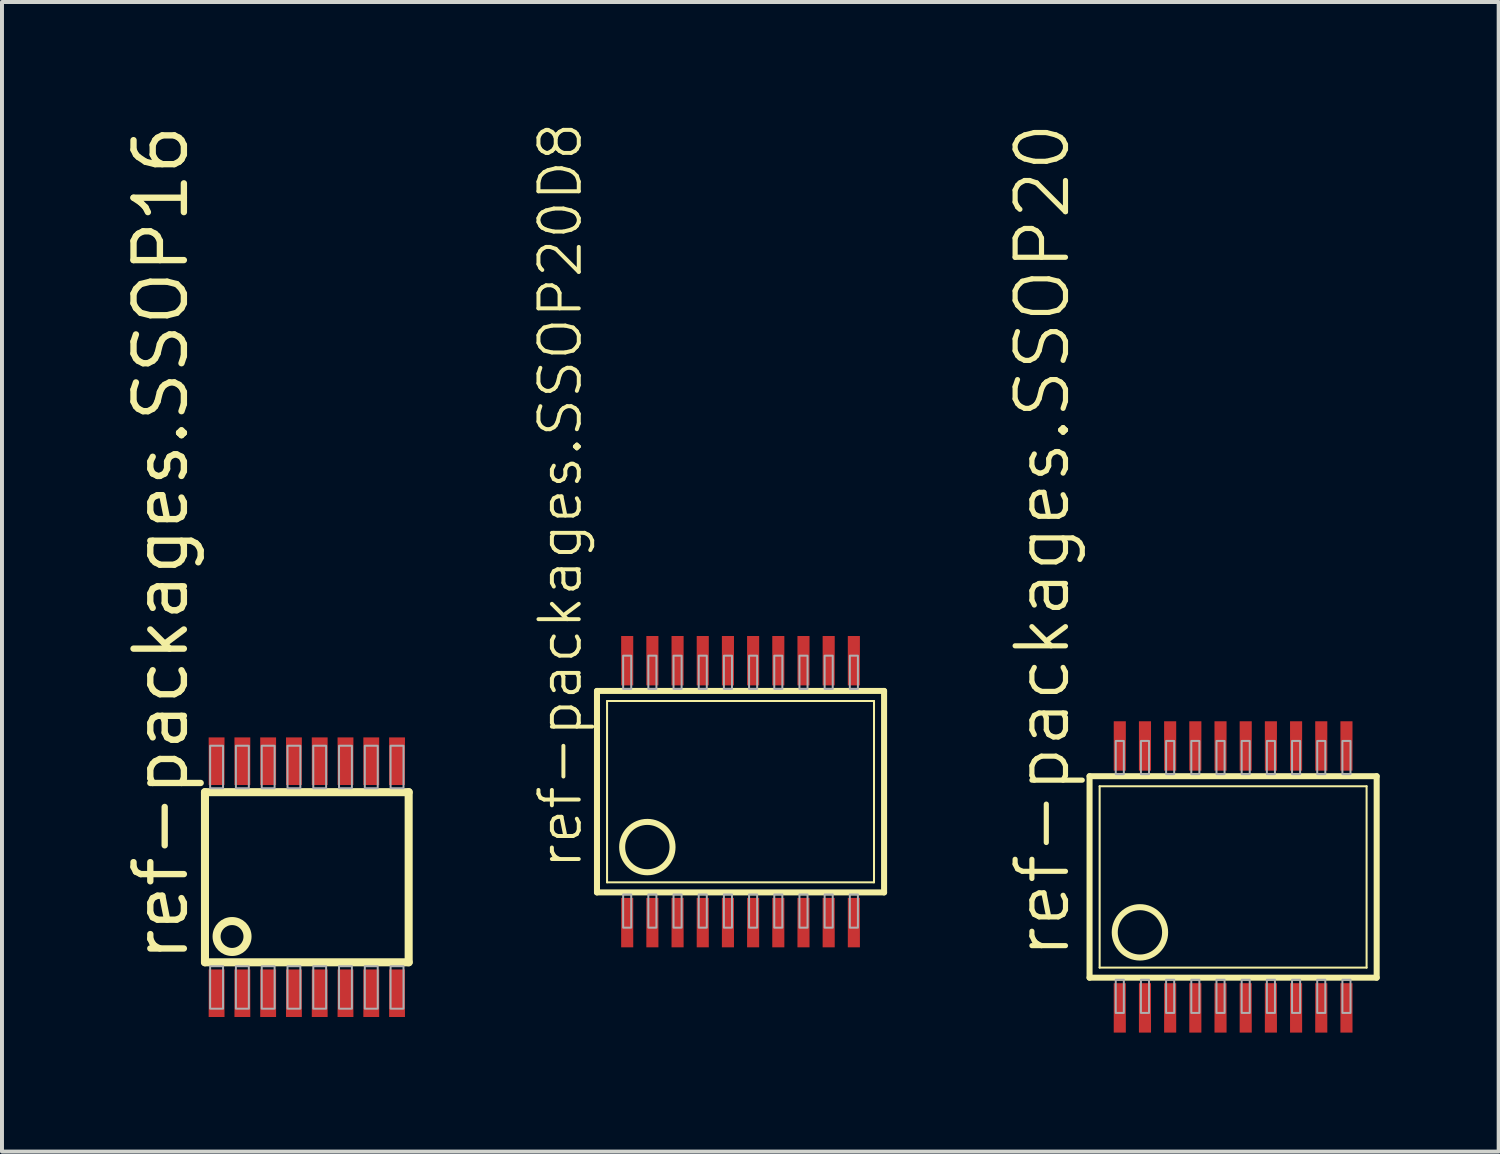
<source format=kicad_pcb>
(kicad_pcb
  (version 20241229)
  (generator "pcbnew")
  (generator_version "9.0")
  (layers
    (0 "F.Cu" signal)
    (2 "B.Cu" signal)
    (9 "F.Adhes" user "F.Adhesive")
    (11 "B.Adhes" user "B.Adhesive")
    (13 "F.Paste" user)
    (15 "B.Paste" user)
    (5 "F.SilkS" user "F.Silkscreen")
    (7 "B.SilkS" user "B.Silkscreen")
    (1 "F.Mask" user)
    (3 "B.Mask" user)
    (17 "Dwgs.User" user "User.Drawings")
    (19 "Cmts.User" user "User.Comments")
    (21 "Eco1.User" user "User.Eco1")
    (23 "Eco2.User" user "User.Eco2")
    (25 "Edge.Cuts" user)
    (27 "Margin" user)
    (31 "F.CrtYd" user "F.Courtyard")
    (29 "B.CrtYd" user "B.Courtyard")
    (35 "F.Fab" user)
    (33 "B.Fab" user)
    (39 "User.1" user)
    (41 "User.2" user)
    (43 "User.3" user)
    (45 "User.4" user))
  (footprint "ref-packages.SSOP20"
    (layer "F.Cu")
    (at 28.041 19.061)
    (property "Reference" "ref-packages.SSOP20" (at -4.064 2.12 90) (layer "F.SilkS") (effects (font (size 1.27 1.27) (thickness 0.13)) (justify left bottom)))
    (attr smd)
    (fp_line (start -3.619 2.54) (end -3.619 -2.54) (stroke (width 0.152) (type default)) (layer "F.SilkS"))
    (fp_line (start -3.619 2.54) (end 3.62 2.54) (stroke (width 0.152) (type default)) (layer "F.SilkS"))
    (fp_line (start -3.365 2.286) (end -3.365 -2.286) (stroke (width 0.051) (type default)) (layer "F.SilkS"))
    (fp_line (start -3.365 2.286) (end 3.366 2.286) (stroke (width 0.051) (type default)) (layer "F.SilkS"))
    (fp_line (start 3.366 -2.286) (end -3.365 -2.286) (stroke (width 0.051) (type default)) (layer "F.SilkS"))
    (fp_line (start 3.366 -2.286) (end 3.366 2.286) (stroke (width 0.051) (type default)) (layer "F.SilkS"))
    (fp_line (start 3.62 -2.54) (end -3.619 -2.54) (stroke (width 0.152) (type default)) (layer "F.SilkS"))
    (fp_line (start 3.62 -2.54) (end 3.62 2.54) (stroke (width 0.152) (type default)) (layer "F.SilkS"))
    (fp_circle (center -2.349 1.397) (end -1.714 1.397) (stroke (width 0.152) (type default)) (fill no) (layer "F.SilkS"))
    (fp_rect (start -2.959 -2.591) (end -2.755 -3.429) (stroke (width 0.05) (type default)) (fill no) (layer "F.Fab"))
    (fp_rect (start -2.959 3.429) (end -2.755 2.591) (stroke (width 0.05) (type default)) (fill no) (layer "F.Fab"))
    (fp_rect (start -2.324 -2.591) (end -2.12 -3.429) (stroke (width 0.05) (type default)) (fill no) (layer "F.Fab"))
    (fp_rect (start -2.324 3.429) (end -2.12 2.591) (stroke (width 0.05) (type default)) (fill no) (layer "F.Fab"))
    (fp_rect (start -1.689 -2.591) (end -1.485 -3.429) (stroke (width 0.05) (type default)) (fill no) (layer "F.Fab"))
    (fp_rect (start -1.689 3.429) (end -1.485 2.591) (stroke (width 0.05) (type default)) (fill no) (layer "F.Fab"))
    (fp_rect (start -1.054 -2.591) (end -0.85 -3.429) (stroke (width 0.05) (type default)) (fill no) (layer "F.Fab"))
    (fp_rect (start -1.054 3.429) (end -0.85 2.591) (stroke (width 0.05) (type default)) (fill no) (layer "F.Fab"))
    (fp_rect (start -0.419 -2.591) (end -0.215 -3.429) (stroke (width 0.05) (type default)) (fill no) (layer "F.Fab"))
    (fp_rect (start -0.419 3.429) (end -0.215 2.591) (stroke (width 0.05) (type default)) (fill no) (layer "F.Fab"))
    (fp_rect (start 0.216 -2.591) (end 0.42 -3.429) (stroke (width 0.05) (type default)) (fill no) (layer "F.Fab"))
    (fp_rect (start 0.216 3.429) (end 0.42 2.591) (stroke (width 0.05) (type default)) (fill no) (layer "F.Fab"))
    (fp_rect (start 0.851 -2.591) (end 1.055 -3.429) (stroke (width 0.05) (type default)) (fill no) (layer "F.Fab"))
    (fp_rect (start 0.851 3.429) (end 1.055 2.591) (stroke (width 0.05) (type default)) (fill no) (layer "F.Fab"))
    (fp_rect (start 1.486 -2.591) (end 1.69 -3.429) (stroke (width 0.05) (type default)) (fill no) (layer "F.Fab"))
    (fp_rect (start 1.486 3.429) (end 1.69 2.591) (stroke (width 0.05) (type default)) (fill no) (layer "F.Fab"))
    (fp_rect (start 2.121 -2.591) (end 2.325 -3.429) (stroke (width 0.05) (type default)) (fill no) (layer "F.Fab"))
    (fp_rect (start 2.121 3.429) (end 2.325 2.591) (stroke (width 0.05) (type default)) (fill no) (layer "F.Fab"))
    (fp_rect (start 2.756 -2.591) (end 2.96 -3.429) (stroke (width 0.05) (type default)) (fill no) (layer "F.Fab"))
    (fp_rect (start 2.756 3.429) (end 2.96 2.591) (stroke (width 0.05) (type default)) (fill no) (layer "F.Fab"))
    (pad "1" smd roundrect (at -2.857 3.302) (size 0.305 1.245) (layers "F.Cu" "F.Mask" "F.Paste") (roundrect_rratio 0.01))
    (pad "2" smd roundrect (at -2.222 3.302) (size 0.305 1.245) (layers "F.Cu" "F.Mask" "F.Paste") (roundrect_rratio 0.01))
    (pad "3" smd roundrect (at -1.587 3.302) (size 0.305 1.245) (layers "F.Cu" "F.Mask" "F.Paste") (roundrect_rratio 0.01))
    (pad "4" smd roundrect (at -0.952 3.302) (size 0.305 1.245) (layers "F.Cu" "F.Mask" "F.Paste") (roundrect_rratio 0.01))
    (pad "5" smd roundrect (at -0.317 3.302) (size 0.305 1.245) (layers "F.Cu" "F.Mask" "F.Paste") (roundrect_rratio 0.01))
    (pad "6" smd roundrect (at 0.318 3.302) (size 0.305 1.245) (layers "F.Cu" "F.Mask" "F.Paste") (roundrect_rratio 0.01))
    (pad "7" smd roundrect (at 0.953 3.302) (size 0.305 1.245) (layers "F.Cu" "F.Mask" "F.Paste") (roundrect_rratio 0.01))
    (pad "8" smd roundrect (at 1.588 3.302) (size 0.305 1.245) (layers "F.Cu" "F.Mask" "F.Paste") (roundrect_rratio 0.01))
    (pad "9" smd roundrect (at 2.223 3.302) (size 0.305 1.245) (layers "F.Cu" "F.Mask" "F.Paste") (roundrect_rratio 0.01))
    (pad "10" smd roundrect (at 2.858 3.302) (size 0.305 1.245) (layers "F.Cu" "F.Mask" "F.Paste") (roundrect_rratio 0.01))
    (pad "11" smd roundrect (at 2.858 -3.302) (size 0.305 1.245) (layers "F.Cu" "F.Mask" "F.Paste") (roundrect_rratio 0.01))
    (pad "12" smd roundrect (at 2.223 -3.302) (size 0.305 1.245) (layers "F.Cu" "F.Mask" "F.Paste") (roundrect_rratio 0.01))
    (pad "13" smd roundrect (at 1.588 -3.302) (size 0.305 1.245) (layers "F.Cu" "F.Mask" "F.Paste") (roundrect_rratio 0.01))
    (pad "14" smd roundrect (at 0.953 -3.302) (size 0.305 1.245) (layers "F.Cu" "F.Mask" "F.Paste") (roundrect_rratio 0.01))
    (pad "15" smd roundrect (at 0.318 -3.302) (size 0.305 1.245) (layers "F.Cu" "F.Mask" "F.Paste") (roundrect_rratio 0.01))
    (pad "16" smd roundrect (at -0.317 -3.302) (size 0.305 1.245) (layers "F.Cu" "F.Mask" "F.Paste") (roundrect_rratio 0.01))
    (pad "17" smd roundrect (at -0.952 -3.302) (size 0.305 1.245) (layers "F.Cu" "F.Mask" "F.Paste") (roundrect_rratio 0.01))
    (pad "18" smd roundrect (at -1.587 -3.302) (size 0.305 1.245) (layers "F.Cu" "F.Mask" "F.Paste") (roundrect_rratio 0.01))
    (pad "19" smd roundrect (at -2.222 -3.302) (size 0.305 1.245) (layers "F.Cu" "F.Mask" "F.Paste") (roundrect_rratio 0.01))
    (pad "20" smd roundrect (at -2.857 -3.302) (size 0.305 1.245) (layers "F.Cu" "F.Mask" "F.Paste") (roundrect_rratio 0.01)))
  (footprint "ref-packages.SSOP20D8"
    (layer "F.Cu")
    (at 15.558 16.86)
    (property "Reference" "ref-packages.SSOP20D8" (at -3.886 2.057 90) (layer "F.SilkS") (effects (font (size 1.016 1.016) (thickness 0.1)) (justify left bottom)))
    (attr smd)
    (fp_line (start -3.556 2.591) (end -3.556 -2.489) (stroke (width 0.152) (type default)) (layer "F.SilkS"))
    (fp_line (start -3.556 2.591) (end 3.683 2.591) (stroke (width 0.152) (type default)) (layer "F.SilkS"))
    (fp_line (start -3.302 2.337) (end -3.302 -2.235) (stroke (width 0.051) (type default)) (layer "F.SilkS"))
    (fp_line (start -3.302 2.337) (end 3.429 2.337) (stroke (width 0.051) (type default)) (layer "F.SilkS"))
    (fp_line (start 3.429 -2.235) (end -3.302 -2.235) (stroke (width 0.051) (type default)) (layer "F.SilkS"))
    (fp_line (start 3.429 -2.235) (end 3.429 2.337) (stroke (width 0.051) (type default)) (layer "F.SilkS"))
    (fp_line (start 3.683 -2.489) (end -3.556 -2.489) (stroke (width 0.152) (type default)) (layer "F.SilkS"))
    (fp_line (start 3.683 -2.489) (end 3.683 2.591) (stroke (width 0.152) (type default)) (layer "F.SilkS"))
    (fp_circle (center -2.286 1.448) (end -1.651 1.448) (stroke (width 0.152) (type default)) (fill no) (layer "F.SilkS"))
    (fp_rect (start -2.896 -2.54) (end -2.692 -3.378) (stroke (width 0.05) (type default)) (fill no) (layer "F.Fab"))
    (fp_rect (start -2.896 3.48) (end -2.692 2.642) (stroke (width 0.05) (type default)) (fill no) (layer "F.Fab"))
    (fp_rect (start -2.261 -2.54) (end -2.057 -3.378) (stroke (width 0.05) (type default)) (fill no) (layer "F.Fab"))
    (fp_rect (start -2.261 3.48) (end -2.057 2.642) (stroke (width 0.05) (type default)) (fill no) (layer "F.Fab"))
    (fp_rect (start -1.626 -2.54) (end -1.422 -3.378) (stroke (width 0.05) (type default)) (fill no) (layer "F.Fab"))
    (fp_rect (start -1.626 3.48) (end -1.422 2.642) (stroke (width 0.05) (type default)) (fill no) (layer "F.Fab"))
    (fp_rect (start -0.991 -2.54) (end -0.787 -3.378) (stroke (width 0.05) (type default)) (fill no) (layer "F.Fab"))
    (fp_rect (start -0.991 3.48) (end -0.787 2.642) (stroke (width 0.05) (type default)) (fill no) (layer "F.Fab"))
    (fp_rect (start -0.356 -2.54) (end -0.152 -3.378) (stroke (width 0.05) (type default)) (fill no) (layer "F.Fab"))
    (fp_rect (start -0.356 3.48) (end -0.152 2.642) (stroke (width 0.05) (type default)) (fill no) (layer "F.Fab"))
    (fp_rect (start 0.279 -2.54) (end 0.483 -3.378) (stroke (width 0.05) (type default)) (fill no) (layer "F.Fab"))
    (fp_rect (start 0.279 3.48) (end 0.483 2.642) (stroke (width 0.05) (type default)) (fill no) (layer "F.Fab"))
    (fp_rect (start 0.914 -2.54) (end 1.118 -3.378) (stroke (width 0.05) (type default)) (fill no) (layer "F.Fab"))
    (fp_rect (start 0.914 3.48) (end 1.118 2.642) (stroke (width 0.05) (type default)) (fill no) (layer "F.Fab"))
    (fp_rect (start 1.549 -2.54) (end 1.753 -3.378) (stroke (width 0.05) (type default)) (fill no) (layer "F.Fab"))
    (fp_rect (start 1.549 3.48) (end 1.753 2.642) (stroke (width 0.05) (type default)) (fill no) (layer "F.Fab"))
    (fp_rect (start 2.184 -2.54) (end 2.388 -3.378) (stroke (width 0.05) (type default)) (fill no) (layer "F.Fab"))
    (fp_rect (start 2.184 3.48) (end 2.388 2.642) (stroke (width 0.05) (type default)) (fill no) (layer "F.Fab"))
    (fp_rect (start 2.819 -2.54) (end 3.023 -3.378) (stroke (width 0.05) (type default)) (fill no) (layer "F.Fab"))
    (fp_rect (start 2.819 3.48) (end 3.023 2.642) (stroke (width 0.05) (type default)) (fill no) (layer "F.Fab"))
    (pad "1" smd roundrect (at -2.794 3.353) (size 0.305 1.245) (layers "F.Cu" "F.Mask" "F.Paste") (roundrect_rratio 0.01))
    (pad "2" smd roundrect (at -2.159 3.353) (size 0.305 1.245) (layers "F.Cu" "F.Mask" "F.Paste") (roundrect_rratio 0.01))
    (pad "3" smd roundrect (at -1.524 3.353) (size 0.305 1.245) (layers "F.Cu" "F.Mask" "F.Paste") (roundrect_rratio 0.01))
    (pad "4" smd roundrect (at -0.889 3.353) (size 0.305 1.245) (layers "F.Cu" "F.Mask" "F.Paste") (roundrect_rratio 0.01))
    (pad "5" smd roundrect (at -0.254 3.353) (size 0.305 1.245) (layers "F.Cu" "F.Mask" "F.Paste") (roundrect_rratio 0.01))
    (pad "6" smd roundrect (at 0.381 3.353) (size 0.305 1.245) (layers "F.Cu" "F.Mask" "F.Paste") (roundrect_rratio 0.01))
    (pad "7" smd roundrect (at 1.016 3.353) (size 0.305 1.245) (layers "F.Cu" "F.Mask" "F.Paste") (roundrect_rratio 0.01))
    (pad "8" smd roundrect (at 1.651 3.353) (size 0.305 1.245) (layers "F.Cu" "F.Mask" "F.Paste") (roundrect_rratio 0.01))
    (pad "9" smd roundrect (at 2.286 3.353) (size 0.305 1.245) (layers "F.Cu" "F.Mask" "F.Paste") (roundrect_rratio 0.01))
    (pad "10" smd roundrect (at 2.921 3.353) (size 0.305 1.245) (layers "F.Cu" "F.Mask" "F.Paste") (roundrect_rratio 0.01))
    (pad "11" smd roundrect (at 2.921 -3.251) (size 0.305 1.245) (layers "F.Cu" "F.Mask" "F.Paste") (roundrect_rratio 0.01))
    (pad "12" smd roundrect (at 2.286 -3.251) (size 0.305 1.245) (layers "F.Cu" "F.Mask" "F.Paste") (roundrect_rratio 0.01))
    (pad "13" smd roundrect (at 1.651 -3.251) (size 0.305 1.245) (layers "F.Cu" "F.Mask" "F.Paste") (roundrect_rratio 0.01))
    (pad "14" smd roundrect (at 1.016 -3.251) (size 0.305 1.245) (layers "F.Cu" "F.Mask" "F.Paste") (roundrect_rratio 0.01))
    (pad "15" smd roundrect (at 0.381 -3.251) (size 0.305 1.245) (layers "F.Cu" "F.Mask" "F.Paste") (roundrect_rratio 0.01))
    (pad "16" smd roundrect (at -0.254 -3.251) (size 0.305 1.245) (layers "F.Cu" "F.Mask" "F.Paste") (roundrect_rratio 0.01))
    (pad "17" smd roundrect (at -0.889 -3.251) (size 0.305 1.245) (layers "F.Cu" "F.Mask" "F.Paste") (roundrect_rratio 0.01))
    (pad "18" smd roundrect (at -1.524 -3.251) (size 0.305 1.245) (layers "F.Cu" "F.Mask" "F.Paste") (roundrect_rratio 0.01))
    (pad "19" smd roundrect (at -2.159 -3.251) (size 0.305 1.245) (layers "F.Cu" "F.Mask" "F.Paste") (roundrect_rratio 0.01))
    (pad "20" smd roundrect (at -2.794 -3.251) (size 0.305 1.245) (layers "F.Cu" "F.Mask" "F.Paste") (roundrect_rratio 0.01)))
  (footprint "ref-packages.SSOP16"
    (layer "F.Cu")
    (at 4.686 19.068)
    (property "Reference" "ref-packages.SSOP16" (at -2.936 2.204 90) (layer "F.SilkS") (effects (font (size 1.27 1.27) (thickness 0.16)) (justify left bottom)))
    (attr smd)
    (fp_line (start -2.568 -2.145) (end 2.568 -2.145) (stroke (width 0.203) (type default)) (layer "F.SilkS"))
    (fp_line (start -2.568 2.145) (end -2.568 -2.145) (stroke (width 0.203) (type default)) (layer "F.SilkS"))
    (fp_line (start 2.568 -2.145) (end 2.568 2.145) (stroke (width 0.203) (type default)) (layer "F.SilkS"))
    (fp_line (start 2.568 2.145) (end -2.568 2.145) (stroke (width 0.203) (type default)) (layer "F.SilkS"))
    (fp_circle (center -1.885 1.495) (end -1.495 1.495) (stroke (width 0.203) (type default)) (fill no) (layer "F.SilkS"))
    (fp_rect (start -2.438 -2.243) (end -2.112 -3.315) (stroke (width 0.05) (type default)) (fill no) (layer "F.Fab"))
    (fp_rect (start -2.438 3.315) (end -2.112 2.243) (stroke (width 0.05) (type default)) (fill no) (layer "F.Fab"))
    (fp_rect (start -1.788 -2.243) (end -1.462 -3.315) (stroke (width 0.05) (type default)) (fill no) (layer "F.Fab"))
    (fp_rect (start -1.788 3.315) (end -1.462 2.243) (stroke (width 0.05) (type default)) (fill no) (layer "F.Fab"))
    (fp_rect (start -1.137 -2.243) (end -0.812 -3.315) (stroke (width 0.05) (type default)) (fill no) (layer "F.Fab"))
    (fp_rect (start -1.137 3.315) (end -0.812 2.243) (stroke (width 0.05) (type default)) (fill no) (layer "F.Fab"))
    (fp_rect (start -0.487 -2.243) (end -0.163 -3.315) (stroke (width 0.05) (type default)) (fill no) (layer "F.Fab"))
    (fp_rect (start -0.487 3.315) (end -0.163 2.243) (stroke (width 0.05) (type default)) (fill no) (layer "F.Fab"))
    (fp_rect (start 0.163 -2.243) (end 0.487 -3.315) (stroke (width 0.05) (type default)) (fill no) (layer "F.Fab"))
    (fp_rect (start 0.163 3.315) (end 0.487 2.243) (stroke (width 0.05) (type default)) (fill no) (layer "F.Fab"))
    (fp_rect (start 0.812 -2.243) (end 1.137 -3.315) (stroke (width 0.05) (type default)) (fill no) (layer "F.Fab"))
    (fp_rect (start 0.812 3.315) (end 1.137 2.243) (stroke (width 0.05) (type default)) (fill no) (layer "F.Fab"))
    (fp_rect (start 1.462 -2.243) (end 1.788 -3.315) (stroke (width 0.05) (type default)) (fill no) (layer "F.Fab"))
    (fp_rect (start 1.462 3.315) (end 1.788 2.243) (stroke (width 0.05) (type default)) (fill no) (layer "F.Fab"))
    (fp_rect (start 2.112 -2.243) (end 2.438 -3.315) (stroke (width 0.05) (type default)) (fill no) (layer "F.Fab"))
    (fp_rect (start 2.112 3.315) (end 2.438 2.243) (stroke (width 0.05) (type default)) (fill no) (layer "F.Fab"))
    (pad "1" smd roundrect (at -2.275 2.925) (size 0.4 1.2) (layers "F.Cu" "F.Mask" "F.Paste") (roundrect_rratio 0.01))
    (pad "2" smd roundrect (at -1.625 2.925) (size 0.4 1.2) (layers "F.Cu" "F.Mask" "F.Paste") (roundrect_rratio 0.01))
    (pad "3" smd roundrect (at -0.975 2.925) (size 0.4 1.2) (layers "F.Cu" "F.Mask" "F.Paste") (roundrect_rratio 0.01))
    (pad "4" smd roundrect (at -0.325 2.925) (size 0.4 1.2) (layers "F.Cu" "F.Mask" "F.Paste") (roundrect_rratio 0.01))
    (pad "5" smd roundrect (at 0.325 2.925) (size 0.4 1.2) (layers "F.Cu" "F.Mask" "F.Paste") (roundrect_rratio 0.01))
    (pad "6" smd roundrect (at 0.975 2.925) (size 0.4 1.2) (layers "F.Cu" "F.Mask" "F.Paste") (roundrect_rratio 0.01))
    (pad "7" smd roundrect (at 1.625 2.925) (size 0.4 1.2) (layers "F.Cu" "F.Mask" "F.Paste") (roundrect_rratio 0.01))
    (pad "8" smd roundrect (at 2.275 2.925) (size 0.4 1.2) (layers "F.Cu" "F.Mask" "F.Paste") (roundrect_rratio 0.01))
    (pad "9" smd roundrect (at 2.275 -2.925) (size 0.4 1.2) (layers "F.Cu" "F.Mask" "F.Paste") (roundrect_rratio 0.01))
    (pad "10" smd roundrect (at 1.625 -2.925) (size 0.4 1.2) (layers "F.Cu" "F.Mask" "F.Paste") (roundrect_rratio 0.01))
    (pad "11" smd roundrect (at 0.975 -2.925) (size 0.4 1.2) (layers "F.Cu" "F.Mask" "F.Paste") (roundrect_rratio 0.01))
    (pad "12" smd roundrect (at 0.325 -2.925) (size 0.4 1.2) (layers "F.Cu" "F.Mask" "F.Paste") (roundrect_rratio 0.01))
    (pad "13" smd roundrect (at -0.325 -2.925) (size 0.4 1.2) (layers "F.Cu" "F.Mask" "F.Paste") (roundrect_rratio 0.01))
    (pad "14" smd roundrect (at -0.975 -2.925) (size 0.4 1.2) (layers "F.Cu" "F.Mask" "F.Paste") (roundrect_rratio 0.01))
    (pad "15" smd roundrect (at -1.625 -2.925) (size 0.4 1.2) (layers "F.Cu" "F.Mask" "F.Paste") (roundrect_rratio 0.01))
    (pad "16" smd roundrect (at -2.275 -2.925) (size 0.4 1.2) (layers "F.Cu" "F.Mask" "F.Paste") (roundrect_rratio 0.01)))
  (gr_rect
    (start -3 -3)
    (end 34.737 25.986)
    (stroke (width 0.1) (type default))
    (fill no)
    (layer "Edge.Cuts")))
</source>
